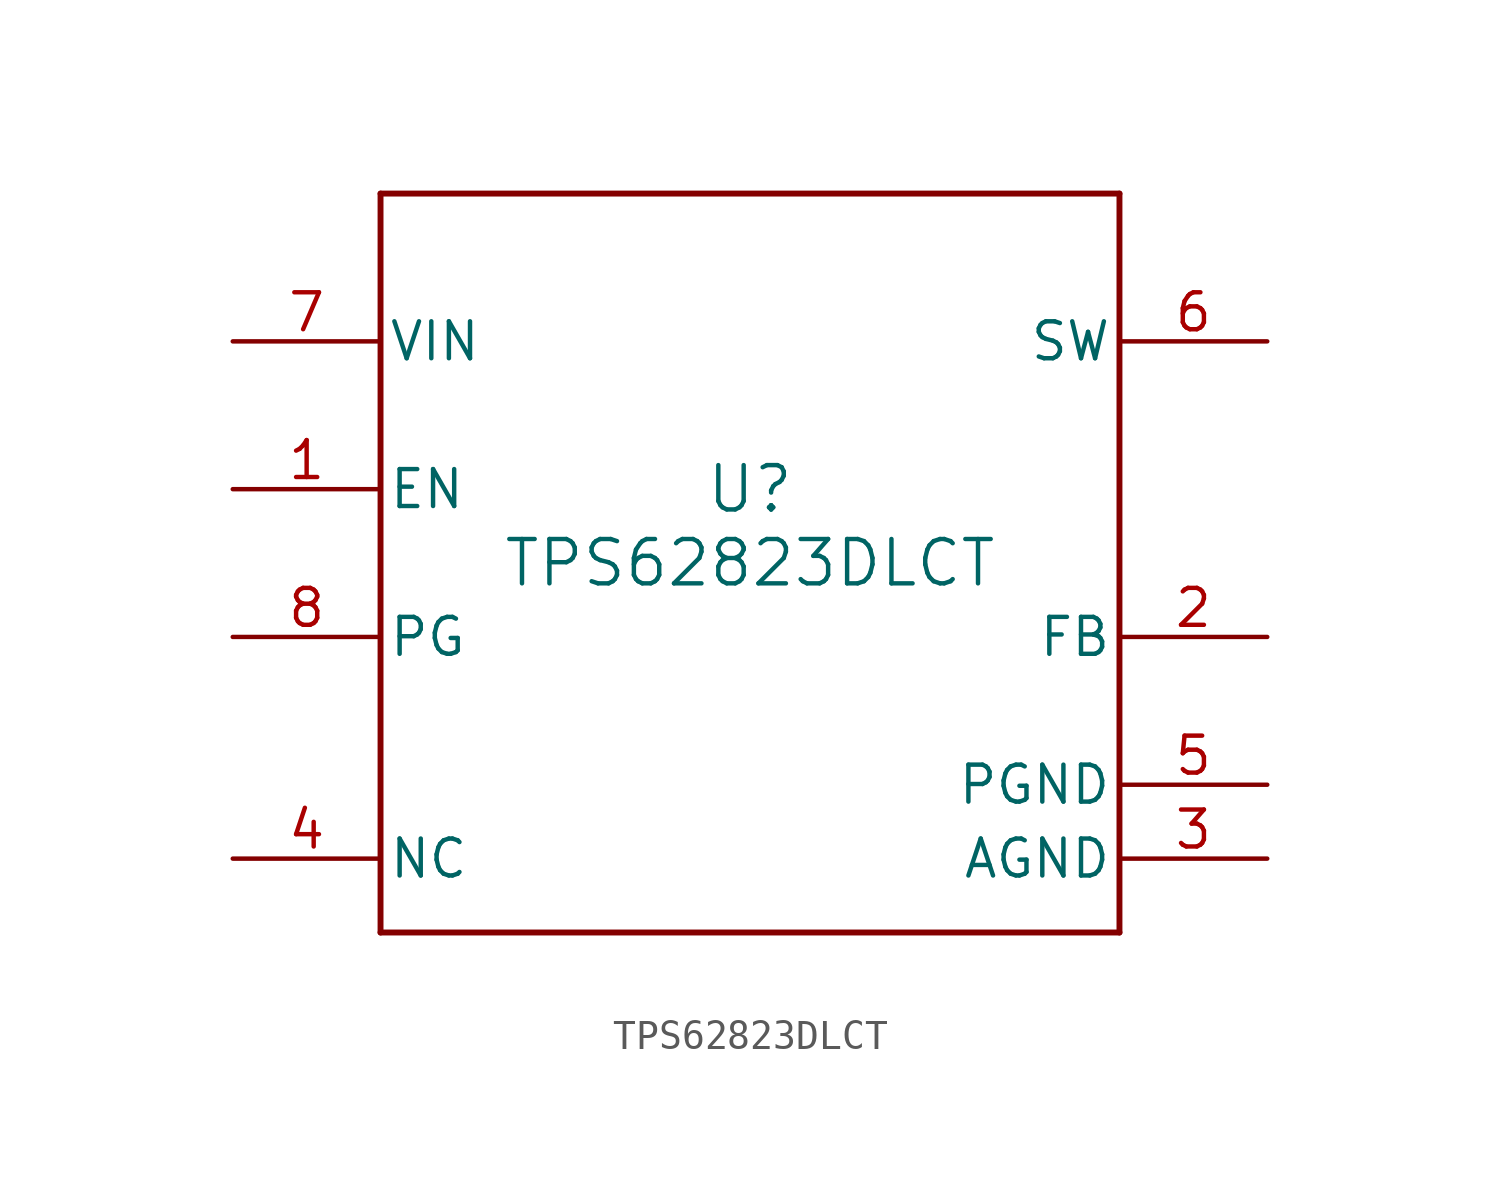
<source format=kicad_sym>
(kicad_symbol_lib
  (version 20211014)
  (generator kicad_symbol_editor)
  (symbol "TPS62823DLCT"
    (pin_names
      (offset 0.254))
    (property "Reference" "U"
      (at 0 2.54 0)
      (effects (font (size 1.524 1.524))))
    (property "Value" "TPS62823DLCT"
      (at 0 0 0)
      (effects (font (size 1.524 1.524))))
    (symbol "TPS62823DLCT_0_1"
      (polyline (pts (xy -12.7 -12.7) (xy 12.7 -12.7)) (stroke (width 0.203) (type default) (color 0 0 0 0)) (fill (type none)))
      (polyline (pts (xy 12.7 -12.7) (xy 12.7 12.7)) (stroke (width 0.203) (type default) (color 0 0 0 0)) (fill (type none)))
      (polyline (pts (xy 12.7 12.7) (xy -12.7 12.7)) (stroke (width 0.203) (type default) (color 0 0 0 0)) (fill (type none)))
      (polyline (pts (xy -12.7 12.7) (xy -12.7 -12.7)) (stroke (width 0.203) (type default) (color 0 0 0 0)) (fill (type none)))
      (pin input line (at -17.78 2.54 0) (length 5.08) (name "EN" (effects (font (size 1.27 1.27)))) (number "1" (effects (font (size 1.27 1.27)))))
      (pin input line (at 17.78 -2.54 180) (length 5.08) (name "FB" (effects (font (size 1.27 1.27)))) (number "2" (effects (font (size 1.27 1.27)))))
      (pin power_in line (at 17.78 -10.16 180) (length 5.08) (name "AGND" (effects (font (size 1.27 1.27)))) (number "3" (effects (font (size 1.27 1.27)))))
      (pin unspecified line (at -17.78 -10.16 0) (length 5.08) (name "NC" (effects (font (size 1.27 1.27)))) (number "4" (effects (font (size 1.27 1.27)))))
      (pin power_in line (at 17.78 -7.62 180) (length 5.08) (name "PGND" (effects (font (size 1.27 1.27)))) (number "5" (effects (font (size 1.27 1.27)))))
      (pin power_in line (at 17.78 7.62 180) (length 5.08) (name "SW" (effects (font (size 1.27 1.27)))) (number "6" (effects (font (size 1.27 1.27)))))
      (pin power_in line (at -17.78 7.62 0) (length 5.08) (name "VIN" (effects (font (size 1.27 1.27)))) (number "7" (effects (font (size 1.27 1.27)))))
      (pin output line (at -17.78 -2.54 0) (length 5.08) (name "PG" (effects (font (size 1.27 1.27)))) (number "8" (effects (font (size 1.27 1.27))))))))
</source>
